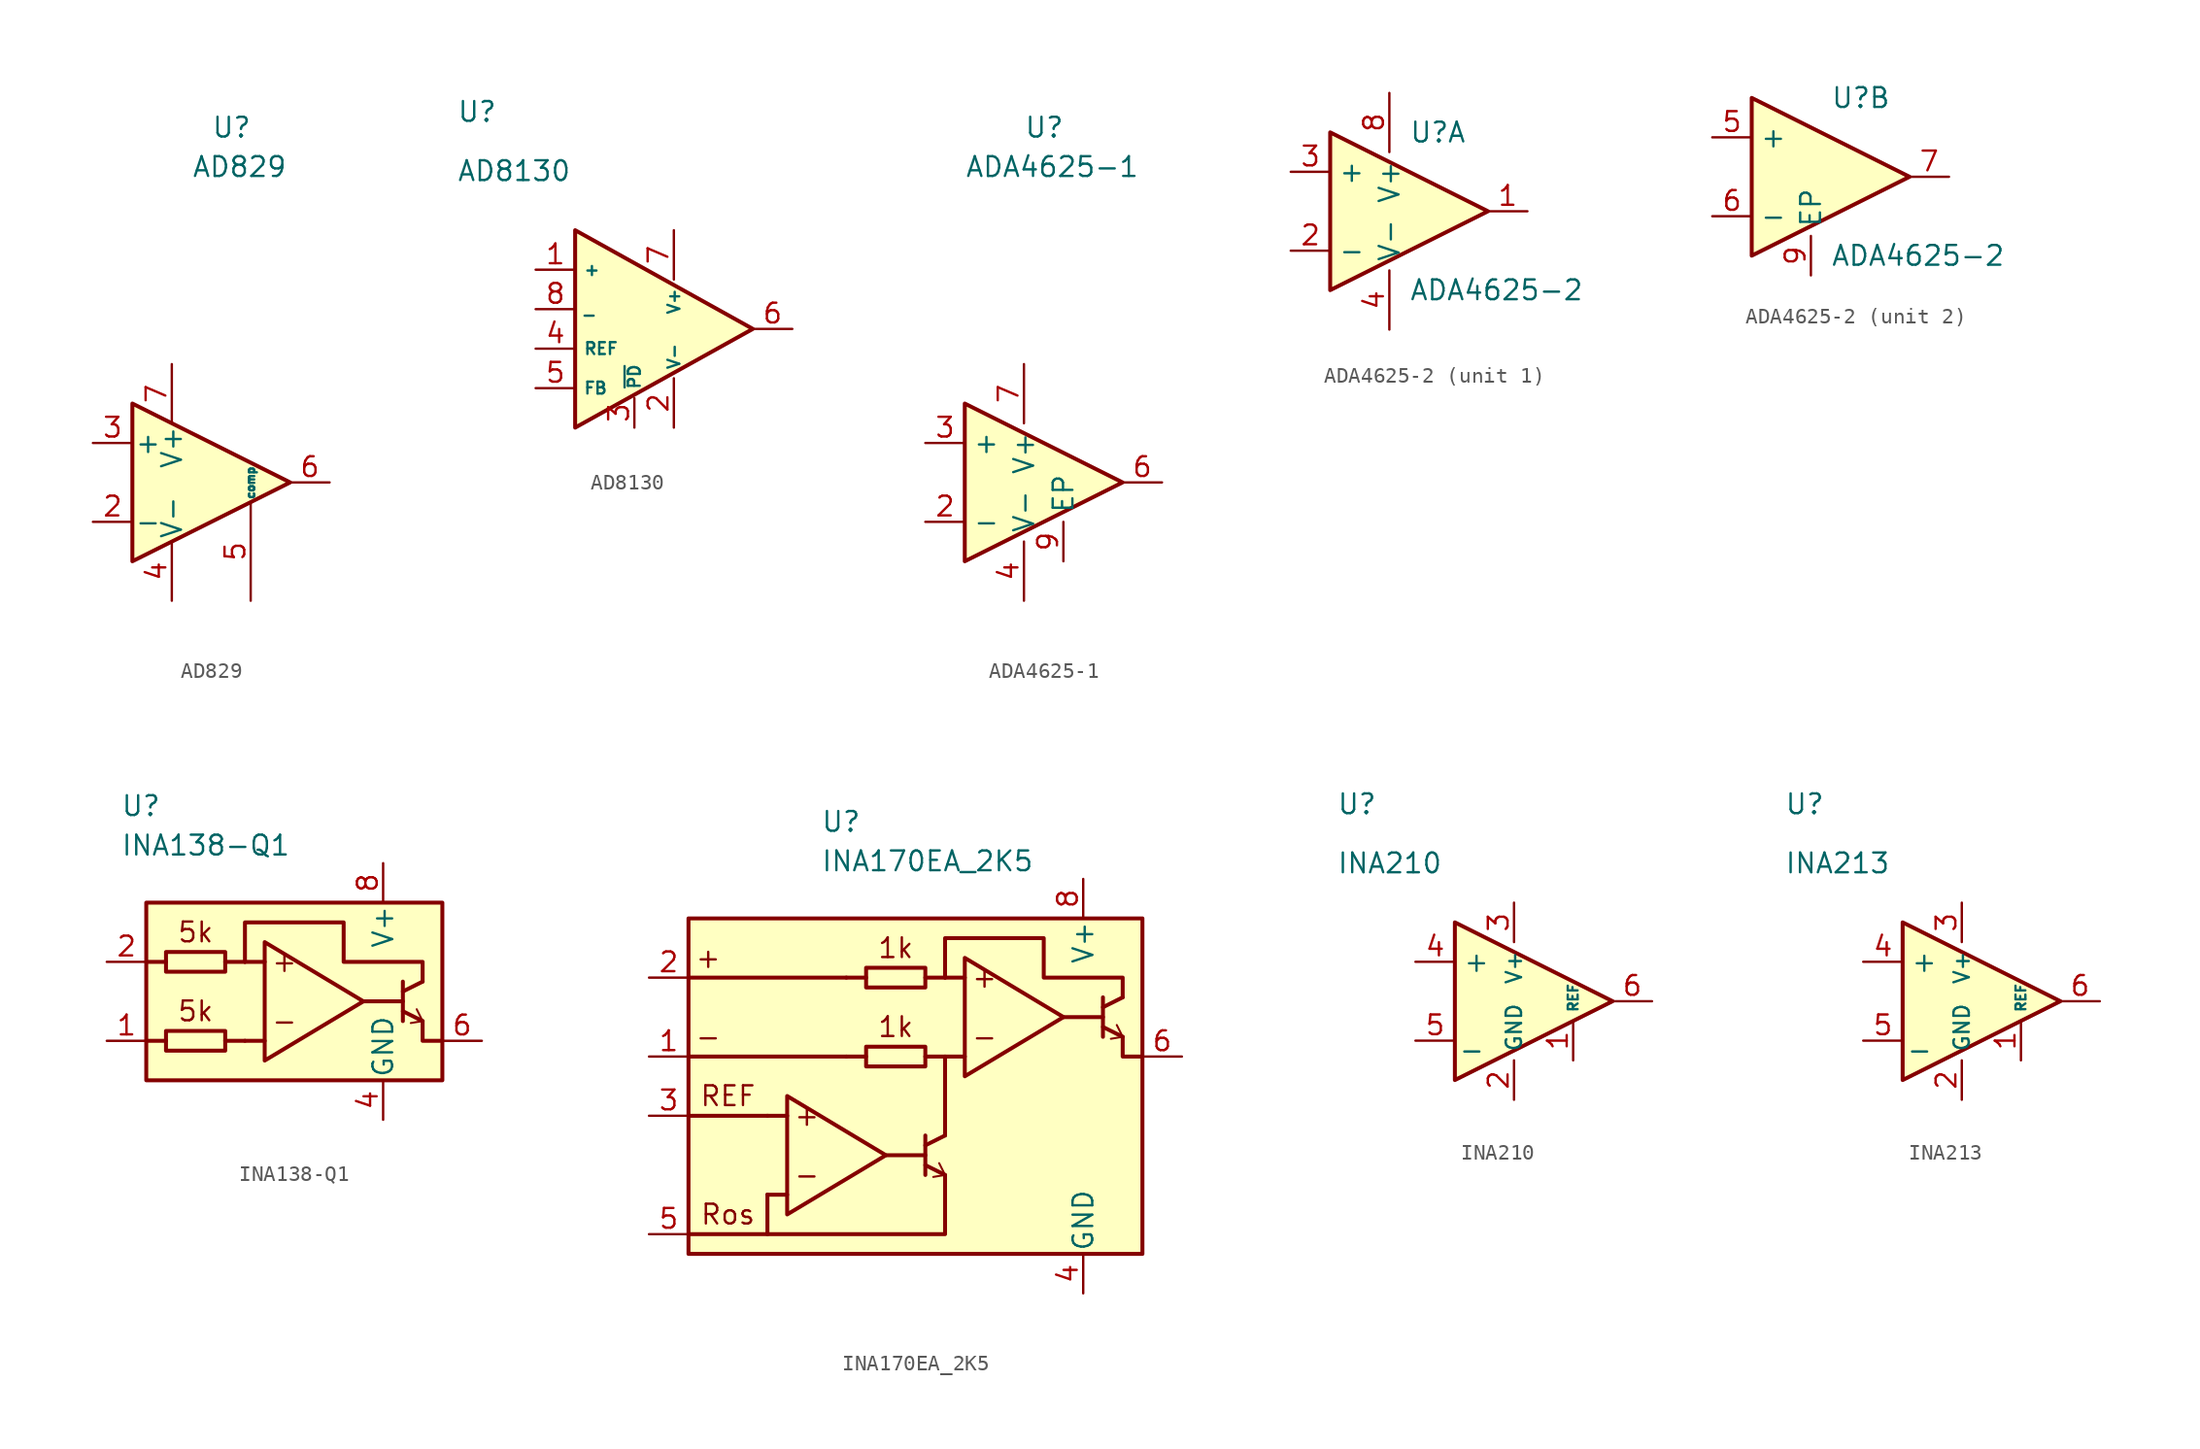
<source format=kicad_sym>
(kicad_symbol_lib
  (version 20211014)
  (generator kicad_symbol_editor)
  (symbol "AD829"
    (pin_names
      (offset 0.127))
    (property "Reference" "U"
      (at 0 22.86 0)
      (effects (font (size 1.27 1.27)) (justify left)))
    (property "Value" "AD829"
      (at -1.27 20.32 0)
      (effects (font (size 1.27 1.27)) (justify left)))
    (symbol "AD829_0_1"
      (polyline (pts (xy -5.08 5.08) (xy 5.08 0) (xy -5.08 -5.08) (xy -5.08 5.08)) (stroke (width 0.254) (type default) (color 0 0 0 0)) (fill (type background))))
    (symbol "AD829_1_1"
      (pin input line (at -7.62 -2.54 0) (length 2.54) (name "-" (effects (font (size 1.27 1.27)))) (number "2" (effects (font (size 1.27 1.27)))))
      (pin input line (at -7.62 2.54 0) (length 2.54) (name "+" (effects (font (size 1.27 1.27)))) (number "3" (effects (font (size 1.27 1.27)))))
      (pin power_in line (at -2.54 -7.62 90) (length 3.81) (name "V-" (effects (font (size 1.27 1.27)))) (number "4" (effects (font (size 1.27 1.27)))))
      (pin passive line (at 2.54 -7.62 90) (length 6.35) (name "comp" (effects (font (size 0.508 0.508)))) (number "5" (effects (font (size 1.27 1.27)))))
      (pin output line (at 7.62 0 180) (length 2.54) (name "~" (effects (font (size 1.27 1.27)))) (number "6" (effects (font (size 1.27 1.27)))))
      (pin power_in line (at -2.54 7.62 270) (length 3.81) (name "V+" (effects (font (size 1.27 1.27)))) (number "7" (effects (font (size 1.27 1.27)))))))
  (symbol "AD8130"
    (property "Reference" "U"
      (at -12.7 12.7 0)
      (effects (font (size 1.27 1.27)) (justify left)))
    (property "Value" "AD8130"
      (at -12.7 8.89 0)
      (effects (font (size 1.27 1.27)) (justify left)))
    (symbol "AD8130_0_0"
      (pin input line (at -7.62 2.54 0) (length 2.54) (name "+" (effects (font (size 0.762 0.762)))) (number "1" (effects (font (size 1.27 1.27)))))
      (pin input line (at -1.27 -7.62 90) (length 1.905) (name "~{PD}" (effects (font (size 0.762 0.762)))) (number "3" (effects (font (size 1.27 1.27)))))
      (pin passive line (at -7.62 -5.08 0) (length 2.54) (name "FB" (effects (font (size 0.762 0.762)))) (number "5" (effects (font (size 1.27 1.27)))))
      (pin output line (at 8.89 -1.27 180) (length 2.54) (name "~" (effects (font (size 1.27 1.27)))) (number "6" (effects (font (size 1.27 1.27)))))
      (pin input line (at -7.62 0 0) (length 2.54) (name "_" (effects (font (size 0.762 0.762)))) (number "8" (effects (font (size 1.27 1.27))))))
    (symbol "AD8130_1_1"
      (polyline (pts (xy -5.08 5.08) (xy 6.35 -1.27) (xy -5.08 -7.62) (xy -5.08 5.08)) (stroke (width 0.254) (type default) (color 0 0 0 0)) (fill (type background)))
      (pin power_in line (at 1.27 -7.62 90) (length 3.175) (name "V-" (effects (font (size 0.762 0.762)))) (number "2" (effects (font (size 1.27 1.27)))))
      (pin passive line (at -7.62 -2.54 0) (length 2.54) (name "REF" (effects (font (size 0.762 0.762)))) (number "4" (effects (font (size 1.27 1.27)))))
      (pin power_in line (at 1.27 5.08 270) (length 3.175) (name "V+" (effects (font (size 0.762 0.762)))) (number "7" (effects (font (size 1.27 1.27)))))))
  (symbol "ADA4625-1"
    (property "Reference" "U"
      (at -1.27 22.86 0)
      (effects (font (size 1.27 1.27)) (justify left)))
    (property "Value" "ADA4625-1"
      (at -5.08 20.32 0)
      (effects (font (size 1.27 1.27)) (justify left)))
    (symbol "ADA4625-1_0_0"
      (pin output line (at 7.62 0 180) (length 2.54) (name "~" (effects (font (size 1.27 1.27)))) (number "6" (effects (font (size 1.27 1.27)))))
      (pin power_in line (at -1.27 7.62 270) (length 3.81) (name "V+" (effects (font (size 1.27 1.27)))) (number "7" (effects (font (size 1.27 1.27)))))
      (pin passive line (at 1.27 -5.08 90) (length 2.54) (name "EP" (effects (font (size 1.27 1.27)))) (number "9" (effects (font (size 1.27 1.27))))))
    (symbol "ADA4625-1_1_1"
      (polyline (pts (xy -5.08 5.08) (xy 5.08 0) (xy -5.08 -5.08) (xy -5.08 5.08)) (stroke (width 0.254) (type default) (color 0 0 0 0)) (fill (type background)))
      (pin input line (at -7.62 -2.54 0) (length 2.54) (name "-" (effects (font (size 1.27 1.27)))) (number "2" (effects (font (size 1.27 1.27)))))
      (pin input line (at -7.62 2.54 0) (length 2.54) (name "+" (effects (font (size 1.27 1.27)))) (number "3" (effects (font (size 1.27 1.27)))))
      (pin power_in line (at -1.27 -7.62 90) (length 3.81) (name "V-" (effects (font (size 1.27 1.27)))) (number "4" (effects (font (size 1.27 1.27)))))))
  (symbol "ADA4625-2"
    (property "Reference" "U"
      (at 0 5.08 0)
      (effects (font (size 1.27 1.27)) (justify left)))
    (property "Value" "ADA4625-2"
      (at 0 -5.08 0)
      (effects (font (size 1.27 1.27)) (justify left)))
    (property "ki_locked" ""
      (at 0 0 0)
      (effects (font (size 1.27 1.27))))
    (symbol "ADA4625-2_1_1"
      (polyline (pts (xy -5.08 5.08) (xy 5.08 0) (xy -5.08 -5.08) (xy -5.08 5.08)) (stroke (width 0.254) (type default) (color 0 0 0 0)) (fill (type background)))
      (pin output line (at 7.62 0 180) (length 2.54) (name "~" (effects (font (size 1.27 1.27)))) (number "1" (effects (font (size 1.27 1.27)))))
      (pin input line (at -7.62 -2.54 0) (length 2.54) (name "-" (effects (font (size 1.27 1.27)))) (number "2" (effects (font (size 1.27 1.27)))))
      (pin input line (at -7.62 2.54 0) (length 2.54) (name "+" (effects (font (size 1.27 1.27)))) (number "3" (effects (font (size 1.27 1.27)))))
      (pin power_in line (at -1.27 -7.62 90) (length 3.81) (name "V-" (effects (font (size 1.27 1.27)))) (number "4" (effects (font (size 1.27 1.27)))))
      (pin power_in line (at -1.27 7.62 270) (length 3.81) (name "V+" (effects (font (size 1.27 1.27)))) (number "8" (effects (font (size 1.27 1.27))))))
    (symbol "ADA4625-2_2_1"
      (polyline (pts (xy -5.08 5.08) (xy 5.08 0) (xy -5.08 -5.08) (xy -5.08 5.08)) (stroke (width 0.254) (type default) (color 0 0 0 0)) (fill (type background)))
      (pin input line (at -7.62 2.54 0) (length 2.54) (name "+" (effects (font (size 1.27 1.27)))) (number "5" (effects (font (size 1.27 1.27)))))
      (pin input line (at -7.62 -2.54 0) (length 2.54) (name "-" (effects (font (size 1.27 1.27)))) (number "6" (effects (font (size 1.27 1.27)))))
      (pin output line (at 7.62 0 180) (length 2.54) (name "~" (effects (font (size 1.27 1.27)))) (number "7" (effects (font (size 1.27 1.27)))))
      (pin passive line (at -1.27 -6.35 90) (length 2.54) (name "EP" (effects (font (size 1.27 1.27)))) (number "9" (effects (font (size 1.27 1.27)))))))
  (symbol "INA138-Q1"
    (pin_names
      (offset 0.127))
    (property "Reference" "U"
      (at -9.271 11.303 0)
      (effects (font (size 1.27 1.27)) (justify left)))
    (property "Value" "INA138-Q1"
      (at -9.271 8.763 0)
      (effects (font (size 1.27 1.27)) (justify left)))
    (symbol "INA138-Q1_0_0"
      (rectangle (start -7.62 5.08) (end 11.43 -6.35) (stroke (width 0.254) (type default) (color 0 0 0 0)) (fill (type background)))
      (rectangle (start -6.35 -3.175) (end -2.54 -4.445) (stroke (width 0.254) (type default) (color 0 0 0 0)) (fill (type none)))
      (rectangle (start -6.35 1.905) (end -2.54 0.635) (stroke (width 0.254) (type default) (color 0 0 0 0)) (fill (type none)))
      (polyline (pts (xy -7.62 -3.81) (xy -6.35 -3.81)) (stroke (width 0.254) (type default) (color 0 0 0 0)) (fill (type none)))
      (polyline (pts (xy -7.62 1.27) (xy -6.35 1.27)) (stroke (width 0.254) (type default) (color 0 0 0 0)) (fill (type none)))
      (polyline (pts (xy -1.27 -3.81) (xy -2.54 -3.81)) (stroke (width 0.254) (type default) (color 0 0 0 0)) (fill (type none)))
      (polyline (pts (xy -1.27 1.27) (xy -2.54 1.27)) (stroke (width 0.254) (type default) (color 0 0 0 0)) (fill (type none)))
      (polyline (pts (xy 0 -3.81) (xy -1.27 -3.81)) (stroke (width 0.254) (type default) (color 0 0 0 0)) (fill (type none)))
      (polyline (pts (xy 0 1.27) (xy -1.27 1.27)) (stroke (width 0.254) (type default) (color 0 0 0 0)) (fill (type none)))
      (polyline (pts (xy 6.35 -1.27) (xy 8.89 -1.27)) (stroke (width 0.254) (type default) (color 0 0 0 0)) (fill (type none)))
      (polyline (pts (xy 8.89 0) (xy 8.89 -2.54)) (stroke (width 0.254) (type default) (color 0 0 0 0)) (fill (type none)))
      (polyline (pts (xy 10.16 -2.54) (xy 8.89 -1.905)) (stroke (width 0.254) (type default) (color 0 0 0 0)) (fill (type none)))
      (polyline (pts (xy 10.16 -2.54) (xy 9.398 -2.667)) (stroke (width 0.127) (type default) (color 0 0 0 0)) (fill (type none)))
      (polyline (pts (xy 10.16 -2.54) (xy 9.779 -1.778)) (stroke (width 0.127) (type default) (color 0 0 0 0)) (fill (type none)))
      (polyline (pts (xy 10.16 0) (xy 8.89 -0.635)) (stroke (width 0.254) (type default) (color 0 0 0 0)) (fill (type none)))
      (polyline (pts (xy 10.16 -2.54) (xy 10.16 -3.81) (xy 11.43 -3.81)) (stroke (width 0.254) (type default) (color 0 0 0 0)) (fill (type none)))
      (polyline (pts (xy -1.27 1.27) (xy -1.27 3.81) (xy 5.08 3.81) (xy 5.08 1.27) (xy 10.16 1.27) (xy 10.16 0)) (stroke (width 0.254) (type default) (color 0 0 0 0)) (fill (type none)))
      (text "+" (at 1.27 1.27 0) (effects (font (size 1.27 1.27))))
      (text "-" (at 1.27 -2.54 0) (effects (font (size 1.27 1.27))))
      (text "5k" (at -4.445 -1.905 0) (effects (font (size 1.27 1.27))))
      (text "5k" (at -4.445 3.175 0) (effects (font (size 1.27 1.27)))))
    (symbol "INA138-Q1_0_1"
      (polyline (pts (xy 0 2.54) (xy 6.35 -1.27) (xy 0 -5.08) (xy 0 2.54)) (stroke (width 0.254) (type default) (color 0 0 0 0)) (fill (type none))))
    (symbol "INA138-Q1_1_1"
      (pin input line (at -10.16 -3.81 0) (length 2.54) (name "~" (effects (font (size 1.27 1.27)))) (number "1" (effects (font (size 1.27 1.27)))))
      (pin input line (at -10.16 1.27 0) (length 2.54) (name "~" (effects (font (size 1.27 1.27)))) (number "2" (effects (font (size 1.27 1.27)))))
      (pin power_in line (at 7.62 -8.89 90) (length 2.54) (name "GND" (effects (font (size 1.27 1.27)))) (number "4" (effects (font (size 1.27 1.27)))))
      (pin output line (at 13.97 -3.81 180) (length 2.54) (name "~" (effects (font (size 1.27 1.27)))) (number "6" (effects (font (size 1.27 1.27)))))
      (pin power_in line (at 7.62 7.62 270) (length 2.54) (name "V+" (effects (font (size 1.27 1.27)))) (number "8" (effects (font (size 1.27 1.27)))))))
  (symbol "INA170EA_2K5"
    (pin_names
      (offset 0.127))
    (property "Reference" "U"
      (at -4.191 16.383 0)
      (effects (font (size 1.27 1.27)) (justify left)))
    (property "Value" "INA170EA_2K5"
      (at -4.191 13.843 0)
      (effects (font (size 1.27 1.27)) (justify left)))
    (symbol "INA170EA_2K5_0_0"
      (rectangle (start -12.7 10.16) (end 16.51 -11.43) (stroke (width 0.254) (type default) (color 0 0 0 0)) (fill (type background)))
      (rectangle (start -1.27 1.905) (end 2.54 0.635) (stroke (width 0.254) (type default) (color 0 0 0 0)) (fill (type none)))
      (rectangle (start -1.27 6.985) (end 2.54 5.715) (stroke (width 0.254) (type default) (color 0 0 0 0)) (fill (type none)))
      (polyline (pts (xy -12.7 1.27) (xy -2.54 1.27)) (stroke (width 0.254) (type default) (color 0 0 0 0)) (fill (type none)))
      (polyline (pts (xy -7.62 -10.16) (xy -12.7 -10.16)) (stroke (width 0.254) (type default) (color 0 0 0 0)) (fill (type none)))
      (polyline (pts (xy -7.62 -7.62) (xy -7.62 -7.62)) (stroke (width 0.254) (type default) (color 0 0 0 0)) (fill (type none)))
      (polyline (pts (xy -7.62 -2.54) (xy -12.7 -2.54)) (stroke (width 0.254) (type default) (color 0 0 0 0)) (fill (type none)))
      (polyline (pts (xy -6.35 -7.62) (xy -7.62 -7.62)) (stroke (width 0.254) (type default) (color 0 0 0 0)) (fill (type none)))
      (polyline (pts (xy -6.35 -2.54) (xy -7.62 -2.54)) (stroke (width 0.254) (type default) (color 0 0 0 0)) (fill (type none)))
      (polyline (pts (xy -2.54 1.27) (xy -1.27 1.27)) (stroke (width 0.254) (type default) (color 0 0 0 0)) (fill (type none)))
      (polyline (pts (xy -2.54 6.35) (xy -12.7 6.35)) (stroke (width 0.254) (type default) (color 0 0 0 0)) (fill (type none)))
      (polyline (pts (xy -2.54 6.35) (xy -1.27 6.35)) (stroke (width 0.254) (type default) (color 0 0 0 0)) (fill (type none)))
      (polyline (pts (xy 0 -5.08) (xy 2.54 -5.08)) (stroke (width 0.254) (type default) (color 0 0 0 0)) (fill (type none)))
      (polyline (pts (xy 2.54 -3.81) (xy 2.54 -6.35)) (stroke (width 0.254) (type default) (color 0 0 0 0)) (fill (type none)))
      (polyline (pts (xy 3.81 -6.35) (xy 2.54 -5.715)) (stroke (width 0.254) (type default) (color 0 0 0 0)) (fill (type none)))
      (polyline (pts (xy 3.81 -6.35) (xy 3.048 -6.477)) (stroke (width 0.127) (type default) (color 0 0 0 0)) (fill (type none)))
      (polyline (pts (xy 3.81 -6.35) (xy 3.429 -5.588)) (stroke (width 0.127) (type default) (color 0 0 0 0)) (fill (type none)))
      (polyline (pts (xy 3.81 -3.81) (xy 2.54 -4.445)) (stroke (width 0.254) (type default) (color 0 0 0 0)) (fill (type none)))
      (polyline (pts (xy 3.81 -3.81) (xy 3.81 1.27)) (stroke (width 0.254) (type default) (color 0 0 0 0)) (fill (type none)))
      (polyline (pts (xy 3.81 1.27) (xy 2.54 1.27)) (stroke (width 0.254) (type default) (color 0 0 0 0)) (fill (type none)))
      (polyline (pts (xy 3.81 6.35) (xy 2.54 6.35)) (stroke (width 0.254) (type default) (color 0 0 0 0)) (fill (type none)))
      (polyline (pts (xy 5.08 1.27) (xy 3.81 1.27)) (stroke (width 0.254) (type default) (color 0 0 0 0)) (fill (type none)))
      (polyline (pts (xy 5.08 6.35) (xy 3.81 6.35)) (stroke (width 0.254) (type default) (color 0 0 0 0)) (fill (type none)))
      (polyline (pts (xy 11.43 3.81) (xy 13.97 3.81)) (stroke (width 0.254) (type default) (color 0 0 0 0)) (fill (type none)))
      (polyline (pts (xy 13.97 5.08) (xy 13.97 2.54)) (stroke (width 0.254) (type default) (color 0 0 0 0)) (fill (type none)))
      (polyline (pts (xy 15.24 2.54) (xy 13.97 3.175)) (stroke (width 0.254) (type default) (color 0 0 0 0)) (fill (type none)))
      (polyline (pts (xy 15.24 2.54) (xy 14.478 2.413)) (stroke (width 0.127) (type default) (color 0 0 0 0)) (fill (type none)))
      (polyline (pts (xy 15.24 2.54) (xy 14.859 3.302)) (stroke (width 0.127) (type default) (color 0 0 0 0)) (fill (type none)))
      (polyline (pts (xy 15.24 5.08) (xy 13.97 4.445)) (stroke (width 0.254) (type default) (color 0 0 0 0)) (fill (type none)))
      (polyline (pts (xy 15.24 2.54) (xy 15.24 1.27) (xy 16.51 1.27)) (stroke (width 0.254) (type default) (color 0 0 0 0)) (fill (type none)))
      (polyline (pts (xy 3.81 -6.35) (xy 3.81 -10.16) (xy -7.62 -10.16) (xy -7.62 -7.62)) (stroke (width 0.254) (type default) (color 0 0 0 0)) (fill (type none)))
      (polyline (pts (xy 3.81 6.35) (xy 3.81 8.89) (xy 10.16 8.89) (xy 10.16 6.35) (xy 15.24 6.35) (xy 15.24 5.08)) (stroke (width 0.254) (type default) (color 0 0 0 0)) (fill (type none)))
      (text "+" (at -11.43 7.62 0) (effects (font (size 1.27 1.27))))
      (text "+" (at -5.08 -2.54 0) (effects (font (size 1.27 1.27))))
      (text "+" (at 6.35 6.35 0) (effects (font (size 1.27 1.27))))
      (text "-" (at -11.43 2.54 0) (effects (font (size 1.27 1.27))))
      (text "-" (at -5.08 -6.35 0) (effects (font (size 1.27 1.27))))
      (text "-" (at 6.35 2.54 0) (effects (font (size 1.27 1.27))))
      (text "1k" (at 0.635 3.175 0) (effects (font (size 1.27 1.27))))
      (text "1k" (at 0.635 8.255 0) (effects (font (size 1.27 1.27))))
      (text "REF" (at -10.16 -1.27 0) (effects (font (size 1.27 1.27))))
      (text "Ros" (at -10.16 -8.89 0) (effects (font (size 1.27 1.27))))
      (pin input line (at -15.24 -2.54 0) (length 2.54) (name "~" (effects (font (size 1.27 1.27)))) (number "3" (effects (font (size 1.27 1.27)))))
      (pin passive line (at -15.24 -10.16 0) (length 2.54) (name "~" (effects (font (size 1.27 1.27)))) (number "5" (effects (font (size 1.27 1.27))))))
    (symbol "INA170EA_2K5_0_1"
      (polyline (pts (xy -6.35 -1.27) (xy 0 -5.08) (xy -6.35 -8.89) (xy -6.35 -1.27)) (stroke (width 0.254) (type default) (color 0 0 0 0)) (fill (type none)))
      (polyline (pts (xy 5.08 7.62) (xy 11.43 3.81) (xy 5.08 0) (xy 5.08 7.62)) (stroke (width 0.254) (type default) (color 0 0 0 0)) (fill (type none))))
    (symbol "INA170EA_2K5_1_1"
      (pin input line (at -15.24 1.27 0) (length 2.54) (name "~" (effects (font (size 1.27 1.27)))) (number "1" (effects (font (size 1.27 1.27)))))
      (pin input line (at -15.24 6.35 0) (length 2.54) (name "~" (effects (font (size 1.27 1.27)))) (number "2" (effects (font (size 1.27 1.27)))))
      (pin power_in line (at 12.7 -13.97 90) (length 2.54) (name "GND" (effects (font (size 1.27 1.27)))) (number "4" (effects (font (size 1.27 1.27)))))
      (pin output line (at 19.05 1.27 180) (length 2.54) (name "~" (effects (font (size 1.27 1.27)))) (number "6" (effects (font (size 1.27 1.27)))))
      (pin power_in line (at 12.7 12.7 270) (length 2.54) (name "V+" (effects (font (size 1.27 1.27)))) (number "8" (effects (font (size 1.27 1.27)))))))
  (symbol "INA210"
    (property "Reference" "U"
      (at -12.7 12.7 0)
      (effects (font (size 1.27 1.27)) (justify left)))
    (property "Value" "INA210"
      (at -12.7 8.89 0)
      (effects (font (size 1.27 1.27)) (justify left)))
    (symbol "INA210_0_0"
      (pin input line (at -7.62 2.54 0) (length 2.54) (name "+" (effects (font (size 1.27 1.27)))) (number "4" (effects (font (size 1.27 1.27)))))
      (pin input line (at -7.62 -2.54 0) (length 2.54) (name "_" (effects (font (size 1.27 1.27)))) (number "5" (effects (font (size 1.27 1.27)))))
      (pin output line (at 7.62 0 180) (length 2.54) (name "~" (effects (font (size 1.27 1.27)))) (number "6" (effects (font (size 1.27 1.27))))))
    (symbol "INA210_1_1"
      (polyline (pts (xy -5.08 5.08) (xy 5.08 0) (xy -5.08 -5.08) (xy -5.08 5.08)) (stroke (width 0.254) (type default) (color 0 0 0 0)) (fill (type background)))
      (pin bidirectional line (at 2.54 -3.81 90) (length 2.54) (name "REF" (effects (font (size 0.635 0.635)))) (number "1" (effects (font (size 1.27 1.27)))))
      (pin power_in line (at -1.27 -6.35 90) (length 2.54) (name "GND" (effects (font (size 0.991 0.991)))) (number "2" (effects (font (size 1.27 1.27)))))
      (pin power_in line (at -1.27 6.35 270) (length 2.54) (name "V+" (effects (font (size 0.991 0.991)))) (number "3" (effects (font (size 1.27 1.27)))))))
  (symbol "INA213"
    (property "Reference" "U"
      (at -12.7 12.7 0)
      (effects (font (size 1.27 1.27)) (justify left)))
    (property "Value" "INA213"
      (at -12.7 8.89 0)
      (effects (font (size 1.27 1.27)) (justify left)))
    (symbol "INA213_0_0"
      (pin input line (at -7.62 2.54 0) (length 2.54) (name "+" (effects (font (size 1.27 1.27)))) (number "4" (effects (font (size 1.27 1.27)))))
      (pin input line (at -7.62 -2.54 0) (length 2.54) (name "_" (effects (font (size 1.27 1.27)))) (number "5" (effects (font (size 1.27 1.27)))))
      (pin output line (at 7.62 0 180) (length 2.54) (name "~" (effects (font (size 1.27 1.27)))) (number "6" (effects (font (size 1.27 1.27))))))
    (symbol "INA213_1_1"
      (polyline (pts (xy -5.08 5.08) (xy 5.08 0) (xy -5.08 -5.08) (xy -5.08 5.08)) (stroke (width 0.254) (type default) (color 0 0 0 0)) (fill (type background)))
      (pin passive line (at 2.54 -3.81 90) (length 2.54) (name "REF" (effects (font (size 0.635 0.635)))) (number "1" (effects (font (size 1.27 1.27)))))
      (pin power_in line (at -1.27 -6.35 90) (length 2.54) (name "GND" (effects (font (size 0.991 0.991)))) (number "2" (effects (font (size 1.27 1.27)))))
      (pin power_in line (at -1.27 6.35 270) (length 2.54) (name "V+" (effects (font (size 0.991 0.991)))) (number "3" (effects (font (size 1.27 1.27))))))))
</source>
